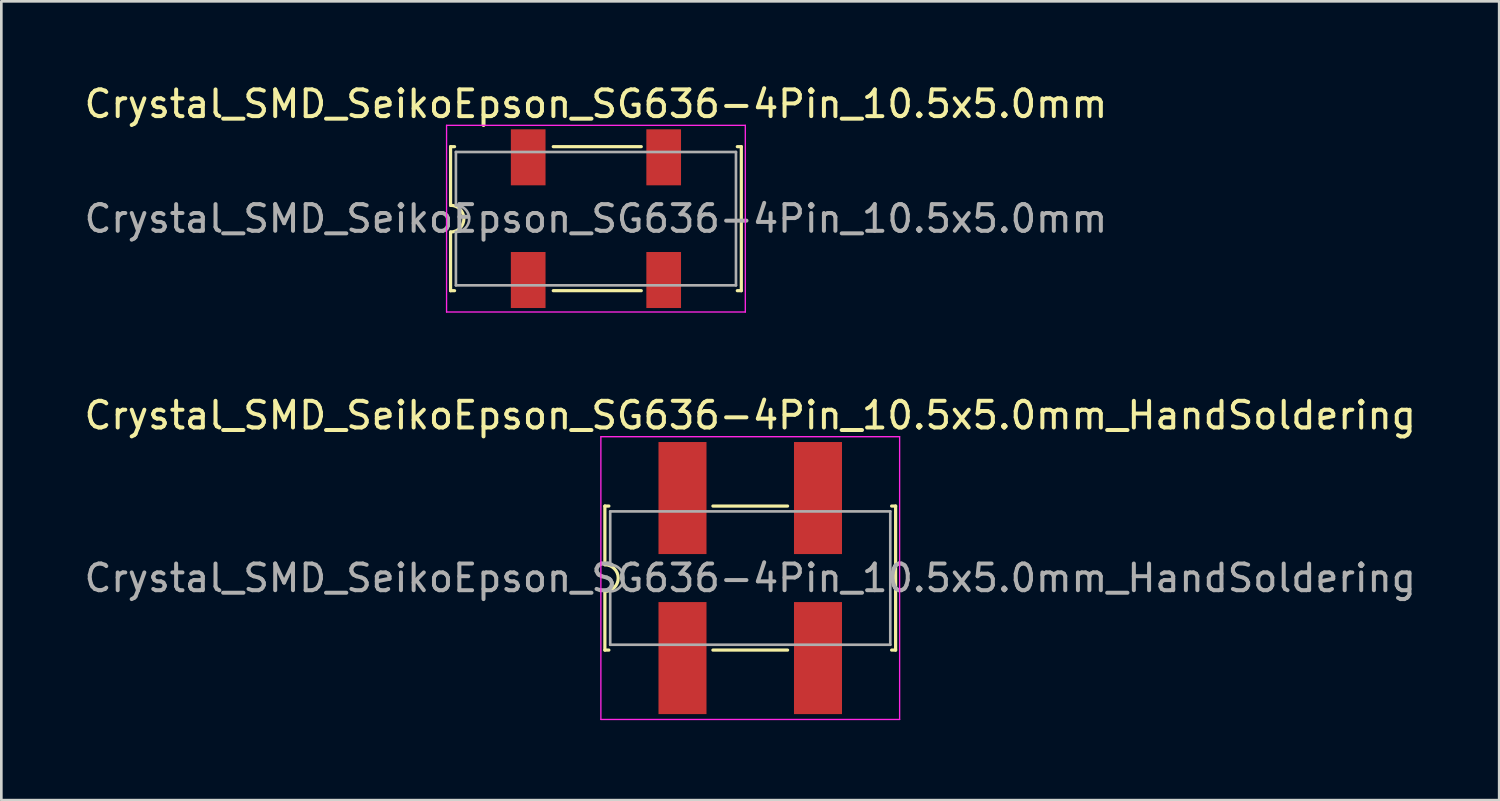
<source format=kicad_pcb>
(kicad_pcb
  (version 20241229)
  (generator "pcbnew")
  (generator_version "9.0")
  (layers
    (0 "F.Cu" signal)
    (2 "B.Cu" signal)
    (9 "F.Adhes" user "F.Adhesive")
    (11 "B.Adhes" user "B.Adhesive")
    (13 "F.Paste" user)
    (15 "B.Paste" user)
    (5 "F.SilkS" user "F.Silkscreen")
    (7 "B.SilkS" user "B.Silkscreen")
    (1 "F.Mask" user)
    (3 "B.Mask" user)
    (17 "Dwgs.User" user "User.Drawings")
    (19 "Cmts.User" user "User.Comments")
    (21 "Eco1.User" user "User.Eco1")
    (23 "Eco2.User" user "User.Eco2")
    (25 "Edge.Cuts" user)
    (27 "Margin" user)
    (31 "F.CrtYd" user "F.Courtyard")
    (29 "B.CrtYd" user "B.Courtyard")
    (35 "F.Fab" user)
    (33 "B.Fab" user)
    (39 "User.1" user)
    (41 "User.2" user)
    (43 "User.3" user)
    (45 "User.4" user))
  (footprint "Crystal_SMD_SeikoEpson_SG636-4Pin_10.5x5.0mm"
    (layer "F.Cu")
    (at 19.292 5.148)
    (property "Reference" "Crystal_SMD_SeikoEpson_SG636-4Pin_10.5x5.0mm" (at 0 -4.3 0) (layer "F.SilkS") (effects (font (size 1 1) (thickness 0.15))))
    (attr smd)
    (fp_line (start -5.45 -2.7) (end -5.3 -2.7) (stroke (width 0.12) (type solid)) (layer "F.SilkS"))
    (fp_line (start -5.45 -0.5) (end -5.45 -2.7) (stroke (width 0.12) (type solid)) (layer "F.SilkS"))
    (fp_line (start -5.45 2.7) (end -5.45 0.5) (stroke (width 0.12) (type solid)) (layer "F.SilkS"))
    (fp_line (start -5.45 2.7) (end -5.3 2.7) (stroke (width 0.12) (type solid)) (layer "F.SilkS"))
    (fp_line (start -1.6 -2.7) (end 1.7 -2.7) (stroke (width 0.12) (type solid)) (layer "F.SilkS"))
    (fp_line (start 1.7 2.7) (end -1.6 2.7) (stroke (width 0.12) (type solid)) (layer "F.SilkS"))
    (fp_line (start 5.3 -2.7) (end 5.45 -2.7) (stroke (width 0.12) (type solid)) (layer "F.SilkS"))
    (fp_line (start 5.45 -2.7) (end 5.45 2.7) (stroke (width 0.12) (type solid)) (layer "F.SilkS"))
    (fp_line (start 5.45 2.7) (end 5.3 2.7) (stroke (width 0.12) (type solid)) (layer "F.SilkS"))
    (fp_arc (start -5.45 -0.5) (mid -4.95 0) (end -5.45 0.5) (stroke (width 0.12) (type solid)) (layer "F.SilkS"))
    (fp_line (start -5.6 -3.5) (end -5.6 3.5) (stroke (width 0.05) (type solid)) (layer "F.CrtYd"))
    (fp_line (start -5.6 3.5) (end 5.6 3.5) (stroke (width 0.05) (type solid)) (layer "F.CrtYd"))
    (fp_line (start 5.6 -3.5) (end -5.6 -3.5) (stroke (width 0.05) (type solid)) (layer "F.CrtYd"))
    (fp_line (start 5.6 3.5) (end 5.6 -3.5) (stroke (width 0.05) (type solid)) (layer "F.CrtYd"))
    (fp_line (start -5.25 -2.5) (end 5.25 -2.5) (stroke (width 0.1) (type solid)) (layer "F.Fab"))
    (fp_line (start -5.25 -0.5) (end -5.25 -2.5) (stroke (width 0.1) (type solid)) (layer "F.Fab"))
    (fp_line (start -5.25 2.5) (end -5.25 0.5) (stroke (width 0.1) (type solid)) (layer "F.Fab"))
    (fp_line (start 5.25 -2.5) (end 5.25 2.5) (stroke (width 0.1) (type solid)) (layer "F.Fab"))
    (fp_line (start 5.25 2.5) (end -5.25 2.5) (stroke (width 0.1) (type solid)) (layer "F.Fab"))
    (fp_arc (start -5.25 -0.5) (mid -4.75 0) (end -5.25 0.5) (stroke (width 0.1) (type solid)) (layer "F.Fab"))
    (fp_text user "${REFERENCE}" (at 0 0 0) (layer "F.Fab") (effects (font (size 1 1) (thickness 0.15))))
    (pad "1" smd rect (at -2.54 2.3) (size 1.3 2.1) (layers "F.Cu" "F.Mask" "F.Paste"))
    (pad "2" smd rect (at 2.54 2.3) (size 1.3 2.1) (layers "F.Cu" "F.Mask" "F.Paste"))
    (pad "3" smd rect (at 2.54 -2.3) (size 1.3 2.1) (layers "F.Cu" "F.Mask" "F.Paste"))
    (pad "4" smd rect (at -2.54 -2.3) (size 1.3 2.1) (layers "F.Cu" "F.Mask" "F.Paste")))
  (footprint "Crystal_SMD_SeikoEpson_SG636-4Pin_10.5x5.0mm_HandSoldering"
    (layer "F.Cu")
    (at 25.077 18.622)
    (property "Reference" "Crystal_SMD_SeikoEpson_SG636-4Pin_10.5x5.0mm_HandSoldering" (at 0 -6.1 0) (layer "F.SilkS") (effects (font (size 1 1) (thickness 0.15))))
    (attr smd)
    (fp_line (start -5.45 -2.7) (end -5.3 -2.7) (stroke (width 0.12) (type solid)) (layer "F.SilkS"))
    (fp_line (start -5.45 -0.5) (end -5.45 -2.7) (stroke (width 0.12) (type solid)) (layer "F.SilkS"))
    (fp_line (start -5.45 2.7) (end -5.45 0.5) (stroke (width 0.12) (type solid)) (layer "F.SilkS"))
    (fp_line (start -5.45 2.7) (end -5.3 2.7) (stroke (width 0.12) (type solid)) (layer "F.SilkS"))
    (fp_line (start -1.4 -2.7) (end 1.4 -2.7) (stroke (width 0.12) (type solid)) (layer "F.SilkS"))
    (fp_line (start 1.4 2.7) (end -1.4 2.7) (stroke (width 0.12) (type solid)) (layer "F.SilkS"))
    (fp_line (start 5.3 -2.7) (end 5.45 -2.7) (stroke (width 0.12) (type solid)) (layer "F.SilkS"))
    (fp_line (start 5.45 -2.7) (end 5.45 2.7) (stroke (width 0.12) (type solid)) (layer "F.SilkS"))
    (fp_line (start 5.45 2.7) (end 5.3 2.7) (stroke (width 0.12) (type solid)) (layer "F.SilkS"))
    (fp_arc (start -5.45 -0.5) (mid -4.95 0) (end -5.45 0.5) (stroke (width 0.12) (type solid)) (layer "F.SilkS"))
    (fp_line (start -5.6 -5.3) (end -5.6 5.3) (stroke (width 0.05) (type solid)) (layer "F.CrtYd"))
    (fp_line (start -5.6 5.3) (end 5.6 5.3) (stroke (width 0.05) (type solid)) (layer "F.CrtYd"))
    (fp_line (start 5.6 -5.3) (end -5.6 -5.3) (stroke (width 0.05) (type solid)) (layer "F.CrtYd"))
    (fp_line (start 5.6 5.3) (end 5.6 -5.3) (stroke (width 0.05) (type solid)) (layer "F.CrtYd"))
    (fp_line (start -5.25 -2.5) (end 5.25 -2.5) (stroke (width 0.1) (type solid)) (layer "F.Fab"))
    (fp_line (start -5.25 -0.5) (end -5.25 -2.5) (stroke (width 0.1) (type solid)) (layer "F.Fab"))
    (fp_line (start -5.25 2.5) (end -5.25 0.5) (stroke (width 0.1) (type solid)) (layer "F.Fab"))
    (fp_line (start 5.25 -2.5) (end 5.25 2.5) (stroke (width 0.1) (type solid)) (layer "F.Fab"))
    (fp_line (start 5.25 2.5) (end -5.25 2.5) (stroke (width 0.1) (type solid)) (layer "F.Fab"))
    (fp_arc (start -5.25 -0.5) (mid -4.75 0) (end -5.25 0.5) (stroke (width 0.1) (type solid)) (layer "F.Fab"))
    (fp_text user "${REFERENCE}" (at 0 0 0) (layer "F.Fab") (effects (font (size 1 1) (thickness 0.15))))
    (pad "1" smd rect (at -2.54 3) (size 1.8 4.2) (layers "F.Cu" "F.Mask" "F.Paste"))
    (pad "2" smd rect (at 2.54 3) (size 1.8 4.2) (layers "F.Cu" "F.Mask" "F.Paste"))
    (pad "3" smd rect (at 2.54 -3) (size 1.8 4.2) (layers "F.Cu" "F.Mask" "F.Paste"))
    (pad "4" smd rect (at -2.54 -3) (size 1.8 4.2) (layers "F.Cu" "F.Mask" "F.Paste")))
  (gr_rect
    (start -3 -3)
    (end 53.155 26.947)
    (stroke (width 0.1) (type default))
    (fill no)
    (layer "Edge.Cuts")))
</source>
